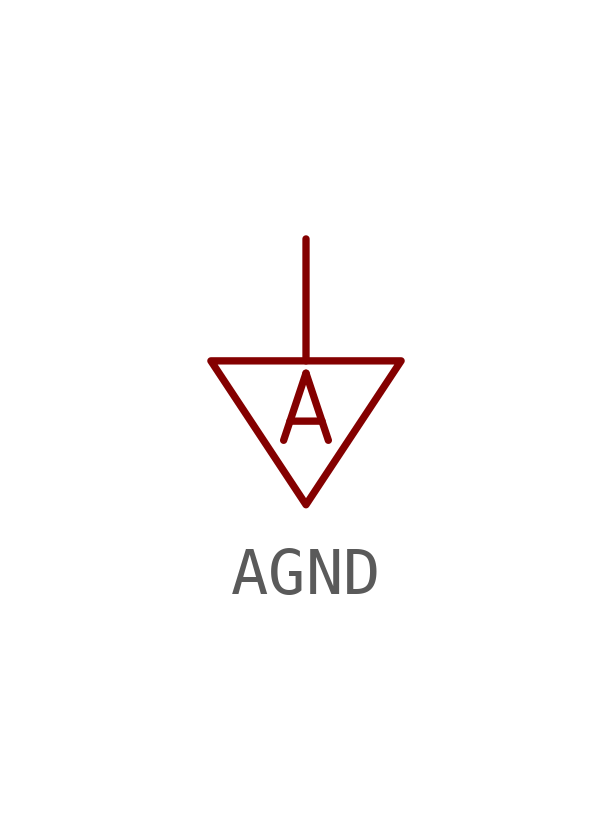
<source format=kicad_sym>
(kicad_symbol_lib
  (version 20231120)
  (generator "kicad_symbol_editor")
  (generator_version "8.0")
  (symbol "AGND"
    (power)
    (pin_numbers hide)
    (pin_names
      (offset 0) hide)
    (property "Reference" "#PWR"
      (at 0 1.27 0)
      (effects (font (size 1.524 1.524)) (hide yes)))
    (property "Footprint" ""
      (at 0 0 0)
      (effects (font (size 1.524 1.524))))
    (symbol "AGND_0_0"
      (text "A" (at 0 -3.556 0) (effects (font (size 1.397 1.397)))))
    (symbol "AGND_0_1"
      (polyline (pts (xy 0 0) (xy 0 -2.54)) (stroke (width 0) (type solid)) (fill (type none)))
      (polyline (pts (xy 0 -2.54) (xy 1.981 -2.54) (xy 0 -5.537) (xy -1.981 -2.54) (xy 1.981 -2.54)) (stroke (width 0) (type solid)) (fill (type none))))
    (symbol "AGND_1_1"
      (pin power_in line (at 0 0 270) (length 0) hide (name "GND" (effects (font (size 1.27 1.27)))) (number "1" (effects (font (size 1.27 1.27))))))))
</source>
